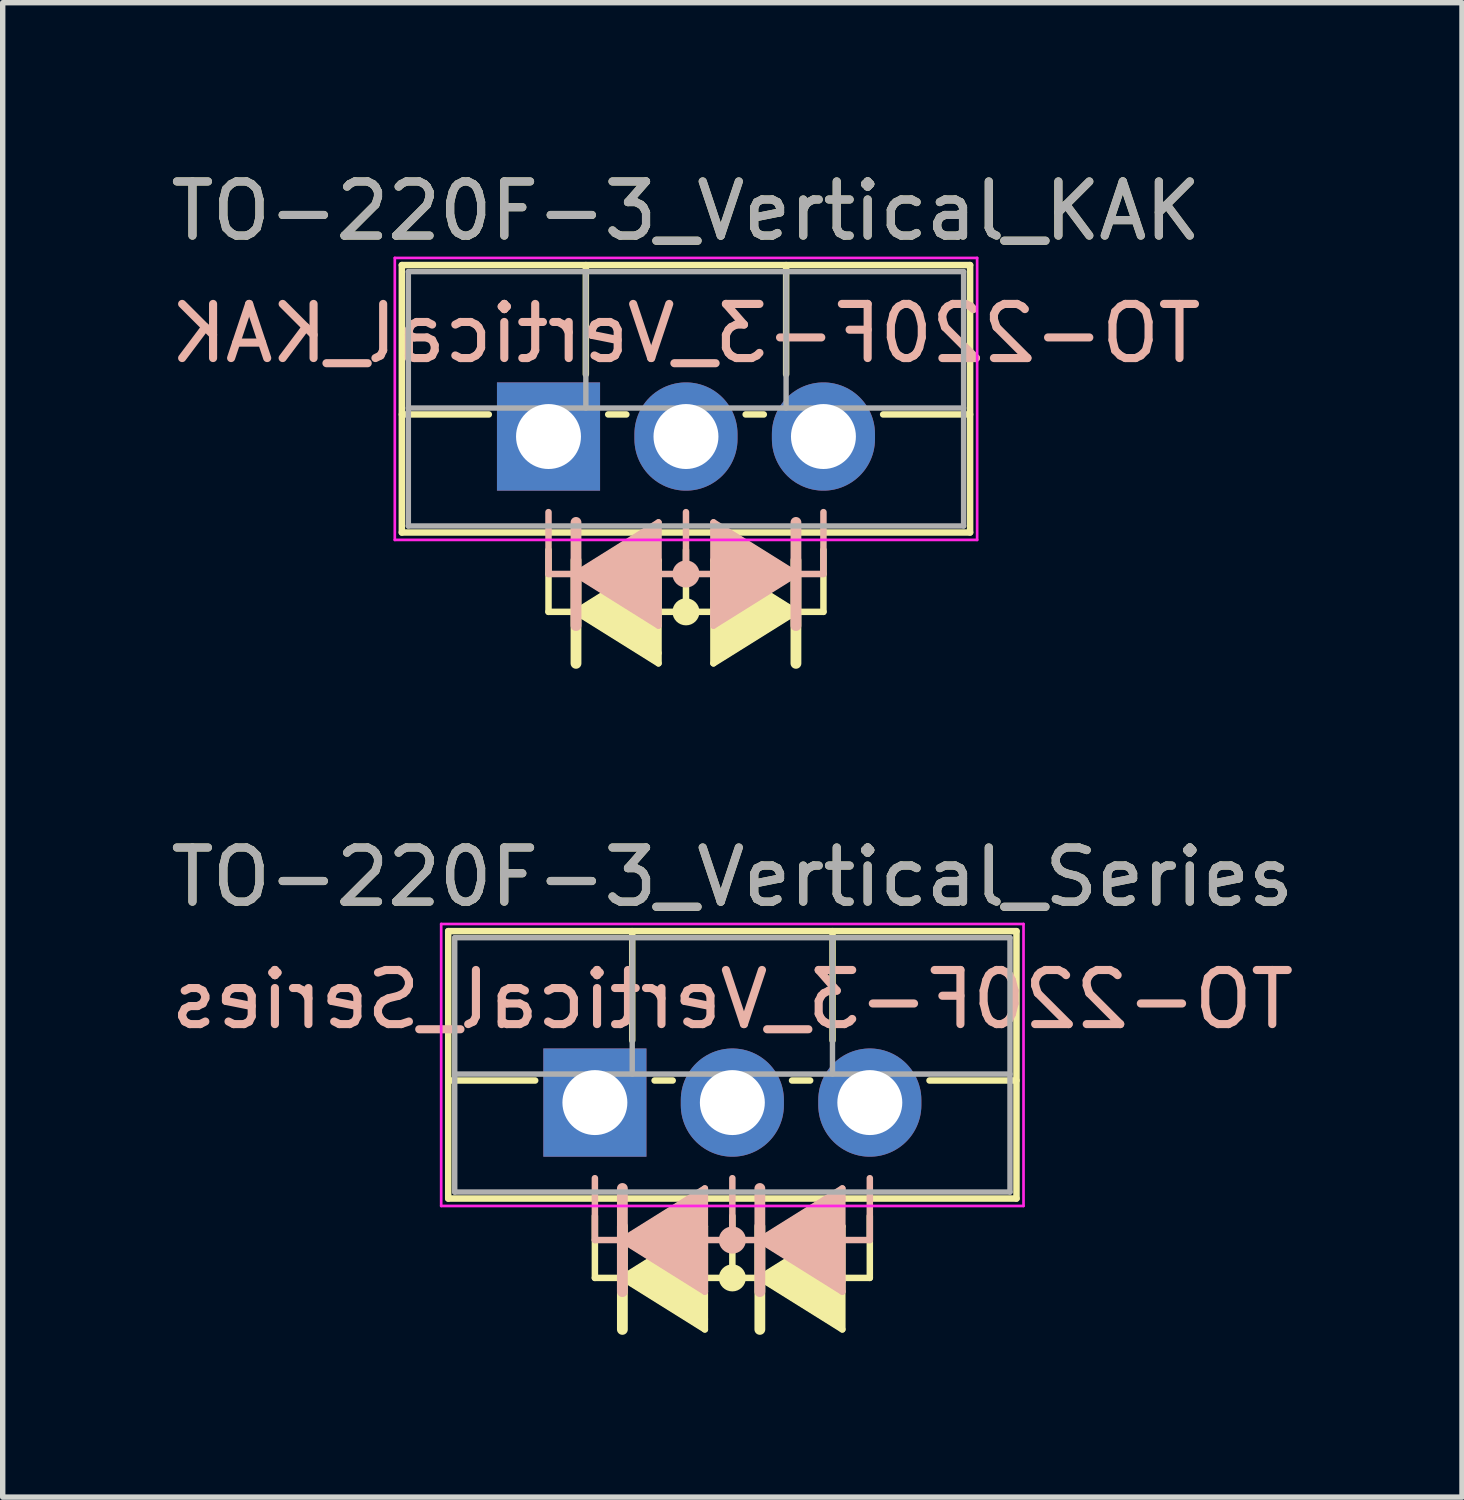
<source format=kicad_pcb>
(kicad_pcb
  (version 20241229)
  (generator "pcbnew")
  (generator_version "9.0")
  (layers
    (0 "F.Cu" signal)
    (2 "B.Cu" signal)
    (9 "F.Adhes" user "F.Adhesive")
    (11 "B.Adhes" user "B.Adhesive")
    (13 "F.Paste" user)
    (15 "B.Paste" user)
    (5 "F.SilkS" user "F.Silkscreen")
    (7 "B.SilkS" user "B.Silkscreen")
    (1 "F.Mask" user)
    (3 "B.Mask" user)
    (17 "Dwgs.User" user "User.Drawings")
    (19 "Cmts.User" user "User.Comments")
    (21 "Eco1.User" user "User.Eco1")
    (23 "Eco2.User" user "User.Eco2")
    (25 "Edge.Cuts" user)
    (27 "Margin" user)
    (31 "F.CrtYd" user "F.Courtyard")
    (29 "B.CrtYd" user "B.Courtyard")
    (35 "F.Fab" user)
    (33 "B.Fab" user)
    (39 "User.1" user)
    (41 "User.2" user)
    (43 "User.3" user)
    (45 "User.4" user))
  (footprint "TO-220F-3_Vertical_Series"
    (layer "F.Cu")
    (at 7.942 17.323)
    (property "Reference" "TO-220F-3_Vertical_Series" (at 2.54 -4.168 0) (layer "F.SilkS") (effects (font (size 1 1) (thickness 0.15))))
    (fp_line (start -2.71 -3.168) (end -2.71 1.773) (stroke (width 0.12) (type solid)) (layer "F.SilkS"))
    (fp_line (start -2.71 -3.168) (end 7.79 -3.168) (stroke (width 0.12) (type solid)) (layer "F.SilkS"))
    (fp_line (start -2.71 -0.408) (end -1.103 -0.408) (stroke (width 0.12) (type solid)) (layer "F.SilkS"))
    (fp_line (start -2.71 1.773) (end 7.79 1.773) (stroke (width 0.12) (type solid)) (layer "F.SilkS"))
    (fp_line (start 0 2.095) (end 0 3.239) (stroke (width 0.12) (type solid)) (layer "F.SilkS"))
    (fp_line (start 0 3.239) (end 0.508 3.239) (stroke (width 0.12) (type solid)) (layer "F.SilkS"))
    (fp_line (start 0.508 2.286) (end 0.508 4.191) (stroke (width 0.2) (type solid)) (layer "F.SilkS"))
    (fp_line (start 0.508 3.239) (end 2.032 2.286) (stroke (width 0.12) (type solid)) (layer "F.SilkS"))
    (fp_line (start 0.508 3.239) (end 2.032 4.191) (stroke (width 0.12) (type solid)) (layer "F.SilkS"))
    (fp_line (start 0.69 -3.168) (end 0.69 -1.15) (stroke (width 0.12) (type solid)) (layer "F.SilkS"))
    (fp_line (start 1.103 -0.408) (end 1.438 -0.408) (stroke (width 0.12) (type solid)) (layer "F.SilkS"))
    (fp_line (start 2.032 2.477) (end 2.032 2.286) (stroke (width 0.12) (type solid)) (layer "F.SilkS"))
    (fp_line (start 2.032 4) (end 2.032 2.477) (stroke (width 0.12) (type solid)) (layer "F.SilkS"))
    (fp_line (start 2.032 4) (end 2.032 4.191) (stroke (width 0.12) (type solid)) (layer "F.SilkS"))
    (fp_line (start 2.54 2.095) (end 2.54 3.239) (stroke (width 0.12) (type solid)) (layer "F.SilkS"))
    (fp_line (start 2.54 3.239) (end 2.032 3.239) (stroke (width 0.12) (type solid)) (layer "F.SilkS"))
    (fp_line (start 2.54 3.239) (end 3.048 3.239) (stroke (width 0.12) (type solid)) (layer "F.SilkS"))
    (fp_line (start 3.048 2.286) (end 3.048 4.191) (stroke (width 0.2) (type solid)) (layer "F.SilkS"))
    (fp_line (start 3.048 3.239) (end 4.572 4.191) (stroke (width 0.12) (type solid)) (layer "F.SilkS"))
    (fp_line (start 3.643 -0.408) (end 3.978 -0.408) (stroke (width 0.12) (type solid)) (layer "F.SilkS"))
    (fp_line (start 4.391 -3.168) (end 4.391 -1.15) (stroke (width 0.12) (type solid)) (layer "F.SilkS"))
    (fp_line (start 4.572 2.286) (end 3.048 3.239) (stroke (width 0.12) (type solid)) (layer "F.SilkS"))
    (fp_line (start 4.572 4.191) (end 4.572 2.286) (stroke (width 0.12) (type solid)) (layer "F.SilkS"))
    (fp_line (start 5.08 2.095) (end 5.08 3.239) (stroke (width 0.12) (type solid)) (layer "F.SilkS"))
    (fp_line (start 5.08 3.239) (end 4.572 3.239) (stroke (width 0.12) (type solid)) (layer "F.SilkS"))
    (fp_line (start 6.183 -0.408) (end 7.79 -0.408) (stroke (width 0.12) (type solid)) (layer "F.SilkS"))
    (fp_line (start 7.79 -3.168) (end 7.79 1.773) (stroke (width 0.12) (type solid)) (layer "F.SilkS"))
    (fp_circle (center 2.54 3.239) (end 2.54 3.302) (stroke (width 0.12) (type solid)) (fill no) (layer "F.SilkS"))
    (fp_circle (center 2.54 3.239) (end 2.54 3.365) (stroke (width 0.12) (type solid)) (fill no) (layer "F.SilkS"))
    (fp_circle (center 2.54 3.239) (end 2.54 3.429) (stroke (width 0.12) (type solid)) (fill no) (layer "F.SilkS"))
    (fp_poly (pts (xy 0.508 3.239) (xy 2.032 2.286) (xy 2.032 4.191)) (stroke (width 0.1) (type solid)) (fill yes) (layer "F.SilkS"))
    (fp_poly (pts (xy 4.572 4.191) (xy 3.048 3.239) (xy 4.572 2.286)) (stroke (width 0.1) (type solid)) (fill yes) (layer "F.SilkS"))
    (fp_line (start 0 1.397) (end 0 2.54) (stroke (width 0.12) (type solid)) (layer "B.SilkS"))
    (fp_line (start 0 2.54) (end 0.508 2.54) (stroke (width 0.12) (type solid)) (layer "B.SilkS"))
    (fp_line (start 0.508 2.54) (end 2.032 1.587) (stroke (width 0.12) (type solid)) (layer "B.SilkS"))
    (fp_line (start 0.508 3.493) (end 0.508 1.587) (stroke (width 0.2) (type solid)) (layer "B.SilkS"))
    (fp_line (start 2.032 1.587) (end 2.032 3.493) (stroke (width 0.12) (type solid)) (layer "B.SilkS"))
    (fp_line (start 2.032 3.493) (end 0.508 2.54) (stroke (width 0.12) (type solid)) (layer "B.SilkS"))
    (fp_line (start 2.54 1.397) (end 2.54 2.54) (stroke (width 0.12) (type solid)) (layer "B.SilkS"))
    (fp_line (start 2.54 2.54) (end 2.032 2.54) (stroke (width 0.12) (type solid)) (layer "B.SilkS"))
    (fp_line (start 2.54 2.54) (end 3.048 2.54) (stroke (width 0.12) (type solid)) (layer "B.SilkS"))
    (fp_line (start 3.048 2.54) (end 4.572 1.587) (stroke (width 0.12) (type solid)) (layer "B.SilkS"))
    (fp_line (start 3.048 2.54) (end 4.572 3.493) (stroke (width 0.12) (type solid)) (layer "B.SilkS"))
    (fp_line (start 3.048 3.493) (end 3.048 1.587) (stroke (width 0.2) (type solid)) (layer "B.SilkS"))
    (fp_line (start 4.572 1.778) (end 4.572 1.587) (stroke (width 0.12) (type solid)) (layer "B.SilkS"))
    (fp_line (start 4.572 1.778) (end 4.572 3.302) (stroke (width 0.12) (type solid)) (layer "B.SilkS"))
    (fp_line (start 4.572 3.302) (end 4.572 3.493) (stroke (width 0.12) (type solid)) (layer "B.SilkS"))
    (fp_line (start 5.08 1.397) (end 5.08 2.54) (stroke (width 0.12) (type solid)) (layer "B.SilkS"))
    (fp_line (start 5.08 2.54) (end 4.572 2.54) (stroke (width 0.12) (type solid)) (layer "B.SilkS"))
    (fp_circle (center 2.54 2.54) (end 2.54 2.603) (stroke (width 0.12) (type solid)) (fill no) (layer "B.SilkS"))
    (fp_circle (center 2.54 2.54) (end 2.54 2.667) (stroke (width 0.12) (type solid)) (fill no) (layer "B.SilkS"))
    (fp_circle (center 2.54 2.54) (end 2.54 2.731) (stroke (width 0.12) (type solid)) (fill no) (layer "B.SilkS"))
    (fp_poly (pts (xy 2.032 1.587) (xy 0.508 2.54) (xy 2.032 3.493)) (stroke (width 0.1) (type solid)) (fill yes) (layer "B.SilkS"))
    (fp_poly (pts (xy 3.048 2.54) (xy 4.572 3.493) (xy 4.572 1.587)) (stroke (width 0.1) (type solid)) (fill yes) (layer "B.SilkS"))
    (fp_line (start -2.84 -3.3) (end -2.84 1.91) (stroke (width 0.05) (type solid)) (layer "F.CrtYd"))
    (fp_line (start -2.84 1.91) (end 7.92 1.91) (stroke (width 0.05) (type solid)) (layer "F.CrtYd"))
    (fp_line (start 7.92 -3.3) (end -2.84 -3.3) (stroke (width 0.05) (type solid)) (layer "F.CrtYd"))
    (fp_line (start 7.92 1.91) (end 7.92 -3.3) (stroke (width 0.05) (type solid)) (layer "F.CrtYd"))
    (fp_line (start -2.59 -3.047) (end -2.59 1.653) (stroke (width 0.1) (type solid)) (layer "F.Fab"))
    (fp_line (start -2.59 -0.527) (end 7.67 -0.527) (stroke (width 0.1) (type solid)) (layer "F.Fab"))
    (fp_line (start -2.59 1.653) (end 7.67 1.653) (stroke (width 0.1) (type solid)) (layer "F.Fab"))
    (fp_line (start 0.69 -3.047) (end 0.69 -0.527) (stroke (width 0.1) (type solid)) (layer "F.Fab"))
    (fp_line (start 4.39 -3.047) (end 4.39 -0.527) (stroke (width 0.1) (type solid)) (layer "F.Fab"))
    (fp_line (start 7.67 -3.047) (end -2.59 -3.047) (stroke (width 0.1) (type solid)) (layer "F.Fab"))
    (fp_line (start 7.67 1.653) (end 7.67 -3.047) (stroke (width 0.1) (type solid)) (layer "F.Fab"))
    (fp_text user "${REFERENCE}" (at 2.54 -1.905 0) (layer "B.SilkS") (effects (font (size 1 1) (thickness 0.15)) (justify mirror)))
    (fp_text user "${REFERENCE}" (at 2.54 -4.168 0) (layer "F.Fab") (effects (font (size 1 1) (thickness 0.15))))
    (pad "1" thru_hole rect (at 0 0) (size 1.905 2) (drill 1.2) (layers "*.Cu" "*.Mask"))
    (pad "2" thru_hole oval (at 2.54 0) (size 1.905 2) (drill 1.2) (layers "*.Cu" "*.Mask"))
    (pad "3" thru_hole oval (at 5.08 0) (size 1.905 2) (drill 1.2) (layers "*.Cu" "*.Mask")))
  (footprint "TO-220F-3_Vertical_KAK"
    (layer "F.Cu")
    (at 7.085 5.016)
    (property "Reference" "TO-220F-3_Vertical_KAK" (at 2.54 -4.168 0) (layer "F.SilkS") (effects (font (size 1 1) (thickness 0.15))))
    (fp_line (start -2.71 -3.168) (end -2.71 1.773) (stroke (width 0.12) (type solid)) (layer "F.SilkS"))
    (fp_line (start -2.71 -3.168) (end 7.79 -3.168) (stroke (width 0.12) (type solid)) (layer "F.SilkS"))
    (fp_line (start -2.71 -0.408) (end -1.103 -0.408) (stroke (width 0.12) (type solid)) (layer "F.SilkS"))
    (fp_line (start -2.71 1.773) (end 7.79 1.773) (stroke (width 0.12) (type solid)) (layer "F.SilkS"))
    (fp_line (start 0 2.095) (end 0 3.239) (stroke (width 0.12) (type solid)) (layer "F.SilkS"))
    (fp_line (start 0 3.239) (end 0.508 3.239) (stroke (width 0.12) (type solid)) (layer "F.SilkS"))
    (fp_line (start 0.508 2.286) (end 0.508 4.191) (stroke (width 0.2) (type solid)) (layer "F.SilkS"))
    (fp_line (start 0.508 3.239) (end 2.032 2.286) (stroke (width 0.12) (type solid)) (layer "F.SilkS"))
    (fp_line (start 0.508 3.239) (end 2.032 4.191) (stroke (width 0.12) (type solid)) (layer "F.SilkS"))
    (fp_line (start 0.69 -3.168) (end 0.69 -1.15) (stroke (width 0.12) (type solid)) (layer "F.SilkS"))
    (fp_line (start 1.103 -0.408) (end 1.438 -0.408) (stroke (width 0.12) (type solid)) (layer "F.SilkS"))
    (fp_line (start 2.032 2.477) (end 2.032 2.286) (stroke (width 0.12) (type solid)) (layer "F.SilkS"))
    (fp_line (start 2.032 4) (end 2.032 2.477) (stroke (width 0.12) (type solid)) (layer "F.SilkS"))
    (fp_line (start 2.032 4) (end 2.032 4.191) (stroke (width 0.12) (type solid)) (layer "F.SilkS"))
    (fp_line (start 2.54 2.095) (end 2.54 3.239) (stroke (width 0.12) (type solid)) (layer "F.SilkS"))
    (fp_line (start 2.54 3.239) (end 2.032 3.239) (stroke (width 0.12) (type solid)) (layer "F.SilkS"))
    (fp_line (start 2.54 3.239) (end 3.048 3.239) (stroke (width 0.12) (type solid)) (layer "F.SilkS"))
    (fp_line (start 3.048 2.286) (end 3.048 4.191) (stroke (width 0.12) (type solid)) (layer "F.SilkS"))
    (fp_line (start 3.048 4.191) (end 4.572 3.239) (stroke (width 0.12) (type solid)) (layer "F.SilkS"))
    (fp_line (start 3.643 -0.408) (end 3.978 -0.408) (stroke (width 0.12) (type solid)) (layer "F.SilkS"))
    (fp_line (start 4.391 -3.168) (end 4.391 -1.15) (stroke (width 0.12) (type solid)) (layer "F.SilkS"))
    (fp_line (start 4.572 3.239) (end 3.048 2.286) (stroke (width 0.12) (type solid)) (layer "F.SilkS"))
    (fp_line (start 4.572 4.191) (end 4.572 2.286) (stroke (width 0.2) (type solid)) (layer "F.SilkS"))
    (fp_line (start 5.08 2.095) (end 5.08 3.239) (stroke (width 0.12) (type solid)) (layer "F.SilkS"))
    (fp_line (start 5.08 3.239) (end 4.572 3.239) (stroke (width 0.12) (type solid)) (layer "F.SilkS"))
    (fp_line (start 6.183 -0.408) (end 7.79 -0.408) (stroke (width 0.12) (type solid)) (layer "F.SilkS"))
    (fp_line (start 7.79 -3.168) (end 7.79 1.773) (stroke (width 0.12) (type solid)) (layer "F.SilkS"))
    (fp_circle (center 2.54 3.239) (end 2.54 3.302) (stroke (width 0.12) (type solid)) (fill no) (layer "F.SilkS"))
    (fp_circle (center 2.54 3.239) (end 2.54 3.365) (stroke (width 0.12) (type solid)) (fill no) (layer "F.SilkS"))
    (fp_circle (center 2.54 3.239) (end 2.54 3.429) (stroke (width 0.12) (type solid)) (fill no) (layer "F.SilkS"))
    (fp_poly (pts (xy 0.508 3.239) (xy 2.032 2.286) (xy 2.032 4.191)) (stroke (width 0.1) (type solid)) (fill yes) (layer "F.SilkS"))
    (fp_poly (pts (xy 3.048 2.286) (xy 4.572 3.239) (xy 3.048 4.191)) (stroke (width 0.1) (type solid)) (fill yes) (layer "F.SilkS"))
    (fp_line (start 0 1.397) (end 0 2.54) (stroke (width 0.12) (type solid)) (layer "B.SilkS"))
    (fp_line (start 0 2.54) (end 0.508 2.54) (stroke (width 0.12) (type solid)) (layer "B.SilkS"))
    (fp_line (start 0.508 2.54) (end 2.032 1.587) (stroke (width 0.12) (type solid)) (layer "B.SilkS"))
    (fp_line (start 0.508 3.493) (end 0.508 1.587) (stroke (width 0.2) (type solid)) (layer "B.SilkS"))
    (fp_line (start 2.032 1.587) (end 2.032 3.493) (stroke (width 0.12) (type solid)) (layer "B.SilkS"))
    (fp_line (start 2.032 3.493) (end 0.508 2.54) (stroke (width 0.12) (type solid)) (layer "B.SilkS"))
    (fp_line (start 2.54 1.397) (end 2.54 2.54) (stroke (width 0.12) (type solid)) (layer "B.SilkS"))
    (fp_line (start 2.54 2.54) (end 2.032 2.54) (stroke (width 0.12) (type solid)) (layer "B.SilkS"))
    (fp_line (start 2.54 2.54) (end 3.048 2.54) (stroke (width 0.12) (type solid)) (layer "B.SilkS"))
    (fp_line (start 3.048 1.778) (end 3.048 1.587) (stroke (width 0.12) (type solid)) (layer "B.SilkS"))
    (fp_line (start 3.048 3.302) (end 3.048 1.778) (stroke (width 0.12) (type solid)) (layer "B.SilkS"))
    (fp_line (start 3.048 3.302) (end 3.048 3.493) (stroke (width 0.12) (type solid)) (layer "B.SilkS"))
    (fp_line (start 4.572 1.587) (end 4.572 3.493) (stroke (width 0.2) (type solid)) (layer "B.SilkS"))
    (fp_line (start 4.572 2.54) (end 3.048 1.587) (stroke (width 0.12) (type solid)) (layer "B.SilkS"))
    (fp_line (start 4.572 2.54) (end 3.048 3.493) (stroke (width 0.12) (type solid)) (layer "B.SilkS"))
    (fp_line (start 5.08 1.397) (end 5.08 2.54) (stroke (width 0.12) (type solid)) (layer "B.SilkS"))
    (fp_line (start 5.08 2.54) (end 4.572 2.54) (stroke (width 0.12) (type solid)) (layer "B.SilkS"))
    (fp_circle (center 2.54 2.54) (end 2.54 2.603) (stroke (width 0.12) (type solid)) (fill no) (layer "B.SilkS"))
    (fp_circle (center 2.54 2.54) (end 2.54 2.667) (stroke (width 0.12) (type solid)) (fill no) (layer "B.SilkS"))
    (fp_circle (center 2.54 2.54) (end 2.54 2.731) (stroke (width 0.12) (type solid)) (fill no) (layer "B.SilkS"))
    (fp_poly (pts (xy 2.032 1.587) (xy 0.508 2.54) (xy 2.032 3.493)) (stroke (width 0.1) (type solid)) (fill yes) (layer "B.SilkS"))
    (fp_poly (pts (xy 4.572 2.54) (xy 3.048 1.587) (xy 3.048 3.493)) (stroke (width 0.1) (type solid)) (fill yes) (layer "B.SilkS"))
    (fp_line (start -2.84 -3.3) (end -2.84 1.91) (stroke (width 0.05) (type solid)) (layer "F.CrtYd"))
    (fp_line (start -2.84 1.91) (end 7.92 1.91) (stroke (width 0.05) (type solid)) (layer "F.CrtYd"))
    (fp_line (start 7.92 -3.3) (end -2.84 -3.3) (stroke (width 0.05) (type solid)) (layer "F.CrtYd"))
    (fp_line (start 7.92 1.91) (end 7.92 -3.3) (stroke (width 0.05) (type solid)) (layer "F.CrtYd"))
    (fp_line (start -2.59 -3.047) (end -2.59 1.653) (stroke (width 0.1) (type solid)) (layer "F.Fab"))
    (fp_line (start -2.59 -0.527) (end 7.67 -0.527) (stroke (width 0.1) (type solid)) (layer "F.Fab"))
    (fp_line (start -2.59 1.653) (end 7.67 1.653) (stroke (width 0.1) (type solid)) (layer "F.Fab"))
    (fp_line (start 0.69 -3.047) (end 0.69 -0.527) (stroke (width 0.1) (type solid)) (layer "F.Fab"))
    (fp_line (start 4.39 -3.047) (end 4.39 -0.527) (stroke (width 0.1) (type solid)) (layer "F.Fab"))
    (fp_line (start 7.67 -3.047) (end -2.59 -3.047) (stroke (width 0.1) (type solid)) (layer "F.Fab"))
    (fp_line (start 7.67 1.653) (end 7.67 -3.047) (stroke (width 0.1) (type solid)) (layer "F.Fab"))
    (fp_text user "${REFERENCE}" (at 2.54 -1.905 0) (layer "B.SilkS") (effects (font (size 1 1) (thickness 0.15)) (justify mirror)))
    (fp_text user "${REFERENCE}" (at 2.54 -4.168 0) (layer "F.Fab") (effects (font (size 1 1) (thickness 0.15))))
    (pad "1" thru_hole rect (at 0 0) (size 1.905 2) (drill 1.2) (layers "*.Cu" "*.Mask"))
    (pad "2" thru_hole oval (at 2.54 0) (size 1.905 2) (drill 1.2) (layers "*.Cu" "*.Mask"))
    (pad "3" thru_hole oval (at 5.08 0) (size 1.905 2) (drill 1.2) (layers "*.Cu" "*.Mask")))
  (gr_rect
    (start -3 -3)
    (end 23.964 24.613)
    (stroke (width 0.1) (type default))
    (fill no)
    (layer "Edge.Cuts")))
</source>
